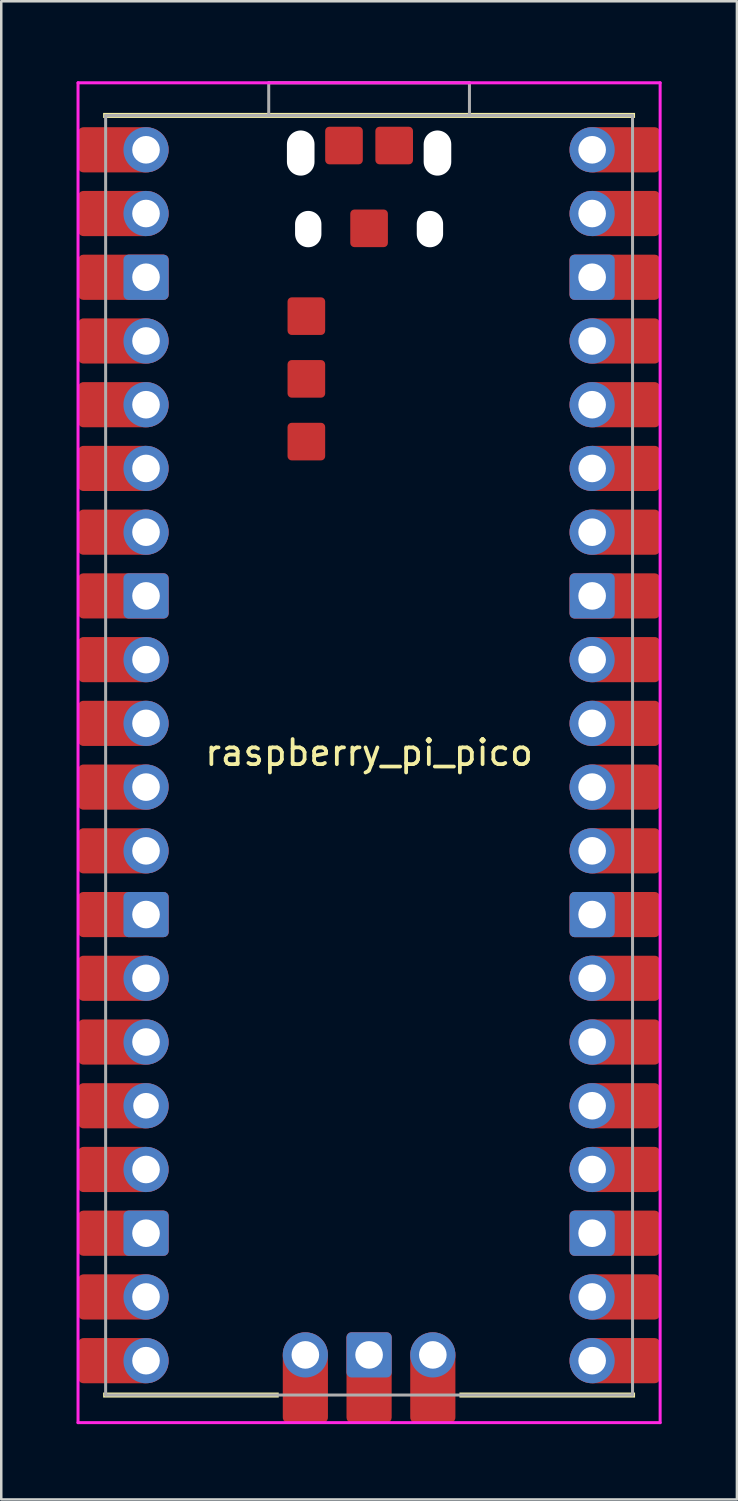
<source format=kicad_pcb>
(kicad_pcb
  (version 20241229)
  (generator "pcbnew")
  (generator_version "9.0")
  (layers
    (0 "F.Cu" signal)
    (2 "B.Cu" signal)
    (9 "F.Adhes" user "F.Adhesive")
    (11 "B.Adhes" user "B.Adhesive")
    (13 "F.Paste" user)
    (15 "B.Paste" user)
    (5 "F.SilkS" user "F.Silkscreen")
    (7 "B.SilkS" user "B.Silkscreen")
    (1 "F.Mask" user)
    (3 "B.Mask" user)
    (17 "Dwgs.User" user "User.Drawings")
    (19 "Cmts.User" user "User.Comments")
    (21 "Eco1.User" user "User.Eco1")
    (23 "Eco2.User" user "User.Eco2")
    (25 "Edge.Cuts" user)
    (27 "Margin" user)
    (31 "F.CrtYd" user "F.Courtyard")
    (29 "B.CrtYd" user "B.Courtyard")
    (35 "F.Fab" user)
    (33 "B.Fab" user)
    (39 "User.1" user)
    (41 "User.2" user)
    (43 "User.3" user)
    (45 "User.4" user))
  (footprint "raspberry_pi_pico"
    (layer "F.Cu")
    (at 11.66 0.25)
    (property "Reference" "raspberry_pi_pico" (at 0 26.7 0) (layer "F.SilkS") (effects (font (size 1 1) (thickness 0.15))))
    (attr through_hole)
    (fp_rect (start -3.6 52.2) (end -10.6 52.4) (stroke (width 0) (type solid)) (fill yes) (layer "F.SilkS"))
    (fp_rect (start 10.6 1.2) (end -10.6 1.4) (stroke (width 0) (type solid)) (fill yes) (layer "F.SilkS"))
    (fp_rect (start 10.6 52.2) (end 3.6 52.4) (stroke (width 0) (type solid)) (fill yes) (layer "F.SilkS"))
    (fp_line (start -11.6 0) (end 11.6 0) (stroke (width 0.12) (type solid)) (layer "F.CrtYd"))
    (fp_line (start -11.6 53.4) (end -11.6 0) (stroke (width 0.12) (type solid)) (layer "F.CrtYd"))
    (fp_line (start 11.6 0) (end 11.6 53.4) (stroke (width 0.12) (type solid)) (layer "F.CrtYd"))
    (fp_line (start 11.6 53.4) (end -11.6 53.4) (stroke (width 0.12) (type solid)) (layer "F.CrtYd"))
    (fp_line (start -10.5 1.3) (end 10.5 1.3) (stroke (width 0.12) (type solid)) (layer "F.Fab"))
    (fp_line (start -10.5 52.3) (end -10.5 1.3) (stroke (width 0.12) (type solid)) (layer "F.Fab"))
    (fp_line (start -4 0) (end 4 0) (stroke (width 0.12) (type solid)) (layer "F.Fab"))
    (fp_line (start -4 1.3) (end -4 0) (stroke (width 0.12) (type solid)) (layer "F.Fab"))
    (fp_line (start 4 1.3) (end 4 0) (stroke (width 0.12) (type solid)) (layer "F.Fab"))
    (fp_line (start 10.5 1.3) (end 10.5 52.3) (stroke (width 0.12) (type solid)) (layer "F.Fab"))
    (fp_line (start 10.5 52.3) (end -10.5 52.3) (stroke (width 0.12) (type solid)) (layer "F.Fab"))
    (pad "" np_thru_hole oval (at -2.725 2.8) (size 1.1 1.8) (drill oval 1.1 1.8) (layers "*.Cu" "*.Mask"))
    (pad "" smd roundrect (at -2.5 9.3) (size 1.5 1.5) (layers "F.Cu") (roundrect_rratio 0.111))
    (pad "" smd roundrect (at -2.5 11.8) (size 1.5 1.5) (layers "F.Cu") (roundrect_rratio 0.111))
    (pad "" smd roundrect (at -2.5 14.3) (size 1.5 1.5) (layers "F.Cu") (roundrect_rratio 0.111))
    (pad "" np_thru_hole oval (at -2.425 5.83) (size 1.05 1.45) (drill oval 1.05 1.45) (layers "*.Cu" "*.Mask"))
    (pad "" smd roundrect (at -1 2.5) (size 1.5 1.5) (layers "F.Cu") (roundrect_rratio 0.111))
    (pad "" smd roundrect (at 0 5.8) (size 1.5 1.5) (layers "F.Cu") (roundrect_rratio 0.111))
    (pad "" smd roundrect (at 1 2.5) (size 1.5 1.5) (layers "F.Cu") (roundrect_rratio 0.111))
    (pad "" np_thru_hole oval (at 2.425 5.83) (size 1.05 1.45) (drill oval 1.05 1.45) (layers "*.Cu" "*.Mask"))
    (pad "" np_thru_hole oval (at 2.725 2.8) (size 1.1 1.8) (drill oval 1.1 1.8) (layers "*.Cu" "*.Mask"))
    (pad "1" thru_hole circle (at -8.89 2.67) (size 1.8 1.8) (drill 1.1) (layers "*.Cu" "*.Mask"))
    (pad "1" smd custom (at -8.89 2.67) (size 1.8 1.8) (layers "F.Cu" "F.Mask") (options (anchor circle)) (primitives (gr_poly (pts (xy 0 -0.9) (xy -2.5 -0.9) (xy -2.7 -0.7) (xy -2.7 0.7) (xy -2.5 0.9) (xy 0 0.9)) (width 0) (fill yes)) (gr_circle (center -2.5 -0.7) (end -2.3 -0.7) (width 0) (fill yes)) (gr_circle (center -2.5 0.7) (end -2.3 0.7) (width 0) (fill yes))))
    (pad "2" thru_hole circle (at -8.89 5.21) (size 1.8 1.8) (drill 1.1) (layers "*.Cu" "*.Mask"))
    (pad "2" smd custom (at -8.89 5.21) (size 1.8 1.8) (layers "F.Cu" "F.Mask") (options (anchor circle)) (primitives (gr_poly (pts (xy 0 -0.9) (xy -2.5 -0.9) (xy -2.7 -0.7) (xy -2.7 0.7) (xy -2.5 0.9) (xy 0 0.9)) (width 0) (fill yes)) (gr_circle (center -2.5 -0.7) (end -2.3 -0.7) (width 0) (fill yes)) (gr_circle (center -2.5 0.7) (end -2.3 0.7) (width 0) (fill yes))))
    (pad "3" smd roundrect (at -10.69 7.75) (size 3.6 1.8) (drill (offset 0.9 0)) (layers "F.Cu" "F.Mask") (roundrect_rratio 0.111))
    (pad "3" thru_hole roundrect (at -8.89 7.75) (size 1.8 1.8) (drill 1.1) (layers "*.Cu" "*.Mask") (roundrect_rratio 0.111))
    (pad "4" thru_hole circle (at -8.89 10.29) (size 1.8 1.8) (drill 1.1) (layers "*.Cu" "*.Mask"))
    (pad "4" smd custom (at -8.89 10.29) (size 1.8 1.8) (layers "F.Cu" "F.Mask") (options (anchor circle)) (primitives (gr_poly (pts (xy 0 -0.9) (xy -2.5 -0.9) (xy -2.7 -0.7) (xy -2.7 0.7) (xy -2.5 0.9) (xy 0 0.9)) (width 0) (fill yes)) (gr_circle (center -2.5 -0.7) (end -2.3 -0.7) (width 0) (fill yes)) (gr_circle (center -2.5 0.7) (end -2.3 0.7) (width 0) (fill yes))))
    (pad "5" thru_hole circle (at -8.89 12.83) (size 1.8 1.8) (drill 1.1) (layers "*.Cu" "*.Mask"))
    (pad "5" smd custom (at -8.89 12.83) (size 1.8 1.8) (layers "F.Cu" "F.Mask") (options (anchor circle)) (primitives (gr_poly (pts (xy 0 -0.9) (xy -2.5 -0.9) (xy -2.7 -0.7) (xy -2.7 0.7) (xy -2.5 0.9) (xy 0 0.9)) (width 0) (fill yes)) (gr_circle (center -2.5 -0.7) (end -2.3 -0.7) (width 0) (fill yes)) (gr_circle (center -2.5 0.7) (end -2.3 0.7) (width 0) (fill yes))))
    (pad "6" thru_hole circle (at -8.89 15.37) (size 1.8 1.8) (drill 1.1) (layers "*.Cu" "*.Mask"))
    (pad "6" smd custom (at -8.89 15.37) (size 1.8 1.8) (layers "F.Cu" "F.Mask") (options (anchor circle)) (primitives (gr_poly (pts (xy 0 -0.9) (xy -2.5 -0.9) (xy -2.7 -0.7) (xy -2.7 0.7) (xy -2.5 0.9) (xy 0 0.9)) (width 0) (fill yes)) (gr_circle (center -2.5 -0.7) (end -2.3 -0.7) (width 0) (fill yes)) (gr_circle (center -2.5 0.7) (end -2.3 0.7) (width 0) (fill yes))))
    (pad "7" thru_hole circle (at -8.89 17.91) (size 1.8 1.8) (drill 1.1) (layers "*.Cu" "*.Mask"))
    (pad "7" smd custom (at -8.89 17.91) (size 1.8 1.8) (layers "F.Cu" "F.Mask") (options (anchor circle)) (primitives (gr_poly (pts (xy 0 -0.9) (xy -2.5 -0.9) (xy -2.7 -0.7) (xy -2.7 0.7) (xy -2.5 0.9) (xy 0 0.9)) (width 0) (fill yes)) (gr_circle (center -2.5 -0.7) (end -2.3 -0.7) (width 0) (fill yes)) (gr_circle (center -2.5 0.7) (end -2.3 0.7) (width 0) (fill yes))))
    (pad "8" smd roundrect (at -10.69 20.45) (size 3.6 1.8) (drill (offset 0.9 0)) (layers "F.Cu" "F.Mask") (roundrect_rratio 0.111))
    (pad "8" thru_hole roundrect (at -8.89 20.45) (size 1.8 1.8) (drill 1.1) (layers "*.Cu" "*.Mask") (roundrect_rratio 0.111))
    (pad "9" thru_hole circle (at -8.89 22.99) (size 1.8 1.8) (drill 1.1) (layers "*.Cu" "*.Mask"))
    (pad "9" smd custom (at -8.89 22.99) (size 1.8 1.8) (layers "F.Cu" "F.Mask") (options (anchor circle)) (primitives (gr_poly (pts (xy 0 -0.9) (xy -2.5 -0.9) (xy -2.7 -0.7) (xy -2.7 0.7) (xy -2.5 0.9) (xy 0 0.9)) (width 0) (fill yes)) (gr_circle (center -2.5 -0.7) (end -2.3 -0.7) (width 0) (fill yes)) (gr_circle (center -2.5 0.7) (end -2.3 0.7) (width 0) (fill yes))))
    (pad "10" thru_hole circle (at -8.89 25.53) (size 1.8 1.8) (drill 1.1) (layers "*.Cu" "*.Mask"))
    (pad "10" smd custom (at -8.89 25.53) (size 1.8 1.8) (layers "F.Cu" "F.Mask") (options (anchor circle)) (primitives (gr_poly (pts (xy 0 -0.9) (xy -2.5 -0.9) (xy -2.7 -0.7) (xy -2.7 0.7) (xy -2.5 0.9) (xy 0 0.9)) (width 0) (fill yes)) (gr_circle (center -2.5 -0.7) (end -2.3 -0.7) (width 0) (fill yes)) (gr_circle (center -2.5 0.7) (end -2.3 0.7) (width 0) (fill yes))))
    (pad "11" thru_hole circle (at -8.89 28.07) (size 1.8 1.8) (drill 1.1) (layers "*.Cu" "*.Mask"))
    (pad "11" smd custom (at -8.89 28.07) (size 1.8 1.8) (layers "F.Cu" "F.Mask") (options (anchor circle)) (primitives (gr_poly (pts (xy 0 -0.9) (xy -2.5 -0.9) (xy -2.7 -0.7) (xy -2.7 0.7) (xy -2.5 0.9) (xy 0 0.9)) (width 0) (fill yes)) (gr_circle (center -2.5 -0.7) (end -2.3 -0.7) (width 0) (fill yes)) (gr_circle (center -2.5 0.7) (end -2.3 0.7) (width 0) (fill yes))))
    (pad "12" thru_hole circle (at -8.89 30.61) (size 1.8 1.8) (drill 1.1) (layers "*.Cu" "*.Mask"))
    (pad "12" smd custom (at -8.89 30.61) (size 1.8 1.8) (layers "F.Cu" "F.Mask") (options (anchor circle)) (primitives (gr_poly (pts (xy 0 -0.9) (xy -2.5 -0.9) (xy -2.7 -0.7) (xy -2.7 0.7) (xy -2.5 0.9) (xy 0 0.9)) (width 0) (fill yes)) (gr_circle (center -2.5 -0.7) (end -2.3 -0.7) (width 0) (fill yes)) (gr_circle (center -2.5 0.7) (end -2.3 0.7) (width 0) (fill yes))))
    (pad "13" smd roundrect (at -10.69 33.15) (size 3.6 1.8) (drill (offset 0.9 0)) (layers "F.Cu" "F.Mask") (roundrect_rratio 0.111))
    (pad "13" thru_hole roundrect (at -8.89 33.15) (size 1.8 1.8) (drill 1.1) (layers "*.Cu" "*.Mask") (roundrect_rratio 0.111))
    (pad "14" thru_hole circle (at -8.89 35.69) (size 1.8 1.8) (drill 1.1) (layers "*.Cu" "*.Mask"))
    (pad "14" smd custom (at -8.89 35.69) (size 1.8 1.8) (layers "F.Cu" "F.Mask") (options (anchor circle)) (primitives (gr_poly (pts (xy 0 -0.9) (xy -2.5 -0.9) (xy -2.7 -0.7) (xy -2.7 0.7) (xy -2.5 0.9) (xy 0 0.9)) (width 0) (fill yes)) (gr_circle (center -2.5 -0.7) (end -2.3 -0.7) (width 0) (fill yes)) (gr_circle (center -2.5 0.7) (end -2.3 0.7) (width 0) (fill yes))))
    (pad "15" thru_hole circle (at -8.89 38.23) (size 1.8 1.8) (drill 1.1) (layers "*.Cu" "*.Mask"))
    (pad "15" smd custom (at -8.89 38.23) (size 1.8 1.8) (layers "F.Cu" "F.Mask") (options (anchor circle)) (primitives (gr_poly (pts (xy 0 -0.9) (xy -2.5 -0.9) (xy -2.7 -0.7) (xy -2.7 0.7) (xy -2.5 0.9) (xy 0 0.9)) (width 0) (fill yes)) (gr_circle (center -2.5 -0.7) (end -2.3 -0.7) (width 0) (fill yes)) (gr_circle (center -2.5 0.7) (end -2.3 0.7) (width 0) (fill yes))))
    (pad "16" thru_hole circle (at -8.89 40.77) (size 1.8 1.8) (drill 1.02) (layers "*.Cu" "*.Mask"))
    (pad "16" smd custom (at -8.89 40.77) (size 1.8 1.8) (layers "F.Cu" "F.Mask") (options (anchor circle)) (primitives (gr_poly (pts (xy 0 -0.9) (xy -2.5 -0.9) (xy -2.7 -0.7) (xy -2.7 0.7) (xy -2.5 0.9) (xy 0 0.9)) (width 0) (fill yes)) (gr_circle (center -2.5 -0.7) (end -2.3 -0.7) (width 0) (fill yes)) (gr_circle (center -2.5 0.7) (end -2.3 0.7) (width 0) (fill yes))))
    (pad "17" thru_hole circle (at -8.89 43.31) (size 1.8 1.8) (drill 1.1) (layers "*.Cu" "*.Mask"))
    (pad "17" smd custom (at -8.89 43.31) (size 1.8 1.8) (layers "F.Cu" "F.Mask") (options (anchor circle)) (primitives (gr_poly (pts (xy 0 -0.9) (xy -2.5 -0.9) (xy -2.7 -0.7) (xy -2.7 0.7) (xy -2.5 0.9) (xy 0 0.9)) (width 0) (fill yes)) (gr_circle (center -2.5 -0.7) (end -2.3 -0.7) (width 0) (fill yes)) (gr_circle (center -2.5 0.7) (end -2.3 0.7) (width 0) (fill yes))))
    (pad "18" smd roundrect (at -10.69 45.85) (size 3.6 1.8) (drill (offset 0.9 0)) (layers "F.Cu" "F.Mask") (roundrect_rratio 0.111))
    (pad "18" thru_hole roundrect (at -8.89 45.85) (size 1.8 1.8) (drill 1.1) (layers "*.Cu" "*.Mask") (roundrect_rratio 0.111))
    (pad "19" thru_hole circle (at -8.89 48.39) (size 1.8 1.8) (drill 1.1) (layers "*.Cu" "*.Mask"))
    (pad "19" smd custom (at -8.89 48.39) (size 1.8 1.8) (layers "F.Cu" "F.Mask") (options (anchor circle)) (primitives (gr_poly (pts (xy 0 -0.9) (xy -2.5 -0.9) (xy -2.7 -0.7) (xy -2.7 0.7) (xy -2.5 0.9) (xy 0 0.9)) (width 0) (fill yes)) (gr_circle (center -2.5 -0.7) (end -2.3 -0.7) (width 0) (fill yes)) (gr_circle (center -2.5 0.7) (end -2.3 0.7) (width 0) (fill yes))))
    (pad "20" thru_hole circle (at -8.89 50.93) (size 1.8 1.8) (drill 1.1) (layers "*.Cu" "*.Mask"))
    (pad "20" smd custom (at -8.89 50.93) (size 1.8 1.8) (layers "F.Cu" "F.Mask") (options (anchor circle)) (primitives (gr_poly (pts (xy 0 -0.9) (xy -2.5 -0.9) (xy -2.7 -0.7) (xy -2.7 0.7) (xy -2.5 0.9) (xy 0 0.9)) (width 0) (fill yes)) (gr_circle (center -2.5 -0.7) (end -2.3 -0.7) (width 0) (fill yes)) (gr_circle (center -2.5 0.7) (end -2.3 0.7) (width 0) (fill yes))))
    (pad "21" thru_hole circle (at 8.89 50.93) (size 1.8 1.8) (drill 1.1) (layers "*.Cu" "*.Mask"))
    (pad "21" smd custom (at 8.89 50.93) (size 1.8 1.8) (layers "F.Cu" "F.Mask") (options (anchor circle)) (primitives (gr_poly (pts (xy 0 -0.9) (xy 2.5 -0.9) (xy 2.7 -0.7) (xy 2.7 0.7) (xy 2.5 0.9) (xy 0 0.9)) (width 0) (fill yes)) (gr_circle (center 2.5 -0.7) (end 2.7 -0.7) (width 0) (fill yes)) (gr_circle (center 2.5 0.7) (end 2.7 0.7) (width 0) (fill yes))))
    (pad "22" thru_hole circle (at 8.89 48.39) (size 1.8 1.8) (drill 1.1) (layers "*.Cu" "*.Mask"))
    (pad "22" smd custom (at 8.89 48.39) (size 1.8 1.8) (layers "F.Cu" "F.Mask") (options (anchor circle)) (primitives (gr_poly (pts (xy 0 -0.9) (xy 2.5 -0.9) (xy 2.7 -0.7) (xy 2.7 0.7) (xy 2.5 0.9) (xy 0 0.9)) (width 0) (fill yes)) (gr_circle (center 2.5 -0.7) (end 2.7 -0.7) (width 0) (fill yes)) (gr_circle (center 2.5 0.7) (end 2.7 0.7) (width 0) (fill yes))))
    (pad "23" thru_hole roundrect (at 8.89 45.85) (size 1.8 1.8) (drill 1.1) (layers "*.Cu" "*.Mask") (roundrect_rratio 0.111))
    (pad "23" smd roundrect (at 8.89 45.85) (size 3.6 1.8) (drill (offset 0.9 0)) (layers "F.Cu" "F.Mask") (roundrect_rratio 0.111))
    (pad "24" thru_hole circle (at 8.89 43.31) (size 1.8 1.8) (drill 1.1) (layers "*.Cu" "*.Mask"))
    (pad "24" smd custom (at 8.89 43.31) (size 1.8 1.8) (layers "F.Cu" "F.Mask") (options (anchor circle)) (primitives (gr_poly (pts (xy 0 -0.9) (xy 2.5 -0.9) (xy 2.7 -0.7) (xy 2.7 0.7) (xy 2.5 0.9) (xy 0 0.9)) (width 0) (fill yes)) (gr_circle (center 2.5 -0.7) (end 2.7 -0.7) (width 0) (fill yes)) (gr_circle (center 2.5 0.7) (end 2.7 0.7) (width 0) (fill yes))))
    (pad "25" thru_hole circle (at 8.89 40.77) (size 1.8 1.8) (drill 1.1) (layers "*.Cu" "*.Mask"))
    (pad "25" smd custom (at 8.89 40.77) (size 1.8 1.8) (layers "F.Cu" "F.Mask") (options (anchor circle)) (primitives (gr_poly (pts (xy 0 -0.9) (xy 2.5 -0.9) (xy 2.7 -0.7) (xy 2.7 0.7) (xy 2.5 0.9) (xy 0 0.9)) (width 0) (fill yes)) (gr_circle (center 2.5 -0.7) (end 2.7 -0.7) (width 0) (fill yes)) (gr_circle (center 2.5 0.7) (end 2.7 0.7) (width 0) (fill yes))))
    (pad "26" thru_hole circle (at 8.89 38.23) (size 1.8 1.8) (drill 1.1) (layers "*.Cu" "*.Mask"))
    (pad "26" smd custom (at 8.89 38.23) (size 1.8 1.8) (layers "F.Cu" "F.Mask") (options (anchor circle)) (primitives (gr_poly (pts (xy 0 -0.9) (xy 2.5 -0.9) (xy 2.7 -0.7) (xy 2.7 0.7) (xy 2.5 0.9) (xy 0 0.9)) (width 0) (fill yes)) (gr_circle (center 2.5 -0.7) (end 2.7 -0.7) (width 0) (fill yes)) (gr_circle (center 2.5 0.7) (end 2.7 0.7) (width 0) (fill yes))))
    (pad "27" thru_hole circle (at 8.89 35.69) (size 1.8 1.8) (drill 1.1) (layers "*.Cu" "*.Mask"))
    (pad "27" smd custom (at 8.89 35.69) (size 1.8 1.8) (layers "F.Cu" "F.Mask") (options (anchor circle)) (primitives (gr_poly (pts (xy 0 -0.9) (xy 2.5 -0.9) (xy 2.7 -0.7) (xy 2.7 0.7) (xy 2.5 0.9) (xy 0 0.9)) (width 0) (fill yes)) (gr_circle (center 2.5 -0.7) (end 2.7 -0.7) (width 0) (fill yes)) (gr_circle (center 2.5 0.7) (end 2.7 0.7) (width 0) (fill yes))))
    (pad "28" thru_hole roundrect (at 8.89 33.15) (size 1.8 1.8) (drill 1.1) (layers "*.Cu" "*.Mask") (roundrect_rratio 0.111))
    (pad "28" smd roundrect (at 8.89 33.15) (size 3.6 1.8) (drill (offset 0.9 0)) (layers "F.Cu" "F.Mask") (roundrect_rratio 0.111))
    (pad "29" thru_hole circle (at 8.89 30.61) (size 1.8 1.8) (drill 1.1) (layers "*.Cu" "*.Mask"))
    (pad "29" smd custom (at 8.89 30.61) (size 1.8 1.8) (layers "F.Cu" "F.Mask") (options (anchor circle)) (primitives (gr_poly (pts (xy 0 -0.9) (xy 2.5 -0.9) (xy 2.7 -0.7) (xy 2.7 0.7) (xy 2.5 0.9) (xy 0 0.9)) (width 0) (fill yes)) (gr_circle (center 2.5 -0.7) (end 2.7 -0.7) (width 0) (fill yes)) (gr_circle (center 2.5 0.7) (end 2.7 0.7) (width 0) (fill yes))))
    (pad "30" thru_hole circle (at 8.89 28.07) (size 1.8 1.8) (drill 1.1) (layers "*.Cu" "*.Mask"))
    (pad "30" smd custom (at 8.89 28.07) (size 1.8 1.8) (layers "F.Cu" "F.Mask") (options (anchor circle)) (primitives (gr_poly (pts (xy 0 -0.9) (xy 2.5 -0.9) (xy 2.7 -0.7) (xy 2.7 0.7) (xy 2.5 0.9) (xy 0 0.9)) (width 0) (fill yes)) (gr_circle (center 2.5 -0.7) (end 2.7 -0.7) (width 0) (fill yes)) (gr_circle (center 2.5 0.7) (end 2.7 0.7) (width 0) (fill yes))))
    (pad "31" thru_hole circle (at 8.89 25.53) (size 1.8 1.8) (drill 1.1) (layers "*.Cu" "*.Mask"))
    (pad "31" smd custom (at 8.89 25.53) (size 1.8 1.8) (layers "F.Cu" "F.Mask") (options (anchor circle)) (primitives (gr_poly (pts (xy 0 -0.9) (xy 2.5 -0.9) (xy 2.7 -0.7) (xy 2.7 0.7) (xy 2.5 0.9) (xy 0 0.9)) (width 0) (fill yes)) (gr_circle (center 2.5 -0.7) (end 2.7 -0.7) (width 0) (fill yes)) (gr_circle (center 2.5 0.7) (end 2.7 0.7) (width 0) (fill yes))))
    (pad "32" thru_hole circle (at 8.89 22.99) (size 1.8 1.8) (drill 1.1) (layers "*.Cu" "*.Mask"))
    (pad "32" smd custom (at 8.89 22.99) (size 1.8 1.8) (layers "F.Cu" "F.Mask") (options (anchor circle)) (primitives (gr_poly (pts (xy 0 -0.9) (xy 2.5 -0.9) (xy 2.7 -0.7) (xy 2.7 0.7) (xy 2.5 0.9) (xy 0 0.9)) (width 0) (fill yes)) (gr_circle (center 2.5 -0.7) (end 2.7 -0.7) (width 0) (fill yes)) (gr_circle (center 2.5 0.7) (end 2.7 0.7) (width 0) (fill yes))))
    (pad "33" thru_hole roundrect (at 8.89 20.45) (size 1.8 1.8) (drill 1.1) (layers "*.Cu" "*.Mask") (roundrect_rratio 0.111))
    (pad "33" smd roundrect (at 8.89 20.45) (size 3.6 1.8) (drill (offset 0.9 0)) (layers "F.Cu" "F.Mask") (roundrect_rratio 0.111))
    (pad "34" thru_hole circle (at 8.89 17.91) (size 1.8 1.8) (drill 1.1) (layers "*.Cu" "*.Mask"))
    (pad "34" smd custom (at 8.89 17.91) (size 1.8 1.8) (layers "F.Cu" "F.Mask") (options (anchor circle)) (primitives (gr_poly (pts (xy 0 -0.9) (xy 2.5 -0.9) (xy 2.7 -0.7) (xy 2.7 0.7) (xy 2.5 0.9) (xy 0 0.9)) (width 0) (fill yes)) (gr_circle (center 2.5 -0.7) (end 2.7 -0.7) (width 0) (fill yes)) (gr_circle (center 2.5 0.7) (end 2.7 0.7) (width 0) (fill yes))))
    (pad "35" thru_hole circle (at 8.89 15.37) (size 1.8 1.8) (drill 1.1) (layers "*.Cu" "*.Mask"))
    (pad "35" smd custom (at 8.89 15.37) (size 1.8 1.8) (layers "F.Cu" "F.Mask") (options (anchor circle)) (primitives (gr_poly (pts (xy 0 -0.9) (xy 2.5 -0.9) (xy 2.7 -0.7) (xy 2.7 0.7) (xy 2.5 0.9) (xy 0 0.9)) (width 0) (fill yes)) (gr_circle (center 2.5 -0.7) (end 2.7 -0.7) (width 0) (fill yes)) (gr_circle (center 2.5 0.7) (end 2.7 0.7) (width 0) (fill yes))))
    (pad "36" thru_hole circle (at 8.89 12.83) (size 1.8 1.8) (drill 1.1) (layers "*.Cu" "*.Mask"))
    (pad "36" smd custom (at 8.89 12.83) (size 1.8 1.8) (layers "F.Cu" "F.Mask") (options (anchor circle)) (primitives (gr_poly (pts (xy 0 -0.9) (xy 2.5 -0.9) (xy 2.7 -0.7) (xy 2.7 0.7) (xy 2.5 0.9) (xy 0 0.9)) (width 0) (fill yes)) (gr_circle (center 2.5 -0.7) (end 2.7 -0.7) (width 0) (fill yes)) (gr_circle (center 2.5 0.7) (end 2.7 0.7) (width 0) (fill yes))))
    (pad "37" thru_hole circle (at 8.89 10.29) (size 1.8 1.8) (drill 1.1) (layers "*.Cu" "*.Mask"))
    (pad "37" smd custom (at 8.89 10.29) (size 1.8 1.8) (layers "F.Cu" "F.Mask") (options (anchor circle)) (primitives (gr_poly (pts (xy 0 -0.9) (xy 2.5 -0.9) (xy 2.7 -0.7) (xy 2.7 0.7) (xy 2.5 0.9) (xy 0 0.9)) (width 0) (fill yes)) (gr_circle (center 2.5 -0.7) (end 2.7 -0.7) (width 0) (fill yes)) (gr_circle (center 2.5 0.7) (end 2.7 0.7) (width 0) (fill yes))))
    (pad "38" thru_hole roundrect (at 8.89 7.75) (size 1.8 1.8) (drill 1.1) (layers "*.Cu" "*.Mask") (roundrect_rratio 0.111))
    (pad "38" smd roundrect (at 8.89 7.75) (size 3.6 1.8) (drill (offset 0.9 0)) (layers "F.Cu" "F.Mask") (roundrect_rratio 0.111))
    (pad "39" thru_hole circle (at 8.89 5.21) (size 1.8 1.8) (drill 1.1) (layers "*.Cu" "B.Mask"))
    (pad "39" smd custom (at 8.89 5.21) (size 1.8 1.8) (layers "F.Cu" "F.Mask") (options (anchor circle)) (primitives (gr_poly (pts (xy 0 -0.9) (xy 2.5 -0.9) (xy 2.7 -0.7) (xy 2.7 0.7) (xy 2.5 0.9) (xy 0 0.9)) (width 0) (fill yes)) (gr_circle (center 2.5 -0.7) (end 2.7 -0.7) (width 0) (fill yes)) (gr_circle (center 2.5 0.7) (end 2.7 0.7) (width 0) (fill yes))))
    (pad "40" thru_hole circle (at 8.89 2.67) (size 1.8 1.8) (drill 1.1) (layers "*.Cu" "B.Mask"))
    (pad "40" smd custom (at 8.89 2.67) (size 1.8 1.8) (layers "F.Cu" "F.Mask") (options (anchor circle)) (primitives (gr_poly (pts (xy 0 -0.9) (xy 2.5 -0.9) (xy 2.7 -0.7) (xy 2.7 0.7) (xy 2.5 0.9) (xy 0 0.9)) (width 0) (fill yes)) (gr_circle (center 2.5 -0.7) (end 2.7 -0.7) (width 0) (fill yes)) (gr_circle (center 2.5 0.7) (end 2.7 0.7) (width 0) (fill yes))))
    (pad "41" thru_hole circle (at -2.54 50.7) (size 1.8 1.8) (drill 1.1) (layers "*.Cu" "*.Mask"))
    (pad "41" smd custom (at -2.54 50.7) (size 1.8 1.8) (layers "F.Cu" "F.Mask") (options (anchor circle)) (primitives (gr_poly (pts (xy -0.9 0) (xy -0.9 2.5) (xy -0.7 2.7) (xy 0.7 2.7) (xy 0.9 2.5) (xy 0.9 0)) (width 0) (fill yes)) (gr_circle (center -0.7 2.5) (end -0.5 2.5) (width 0) (fill yes)) (gr_circle (center 0.7 2.5) (end 0.9 2.5) (width 0) (fill yes))))
    (pad "42" thru_hole roundrect (at 0 50.7) (size 1.8 1.8) (drill 1.1) (layers "*.Cu" "*.Mask") (roundrect_rratio 0.111))
    (pad "42" smd roundrect (at 0 50.7) (size 1.8 3.6) (drill (offset 0 0.9)) (layers "F.Cu" "F.Mask") (roundrect_rratio 0.111))
    (pad "43" thru_hole circle (at 2.54 50.7) (size 1.8 1.8) (drill 1.1) (layers "*.Cu" "*.Mask"))
    (pad "43" smd custom (at 2.54 50.7) (size 1.8 1.8) (layers "F.Cu" "F.Mask") (options (anchor circle)) (primitives (gr_poly (pts (xy -0.9 0) (xy -0.9 2.5) (xy -0.7 2.7) (xy 0.7 2.7) (xy 0.9 2.5) (xy 0.9 0)) (width 0) (fill yes)) (gr_circle (center -0.7 2.5) (end -0.5 2.5) (width 0) (fill yes)) (gr_circle (center 0.7 2.5) (end 0.9 2.5) (width 0) (fill yes)))))
  (gr_rect
    (start -3 -3)
    (end 26.32 56.71)
    (stroke (width 0.1) (type default))
    (fill no)
    (layer "Edge.Cuts")))
</source>
